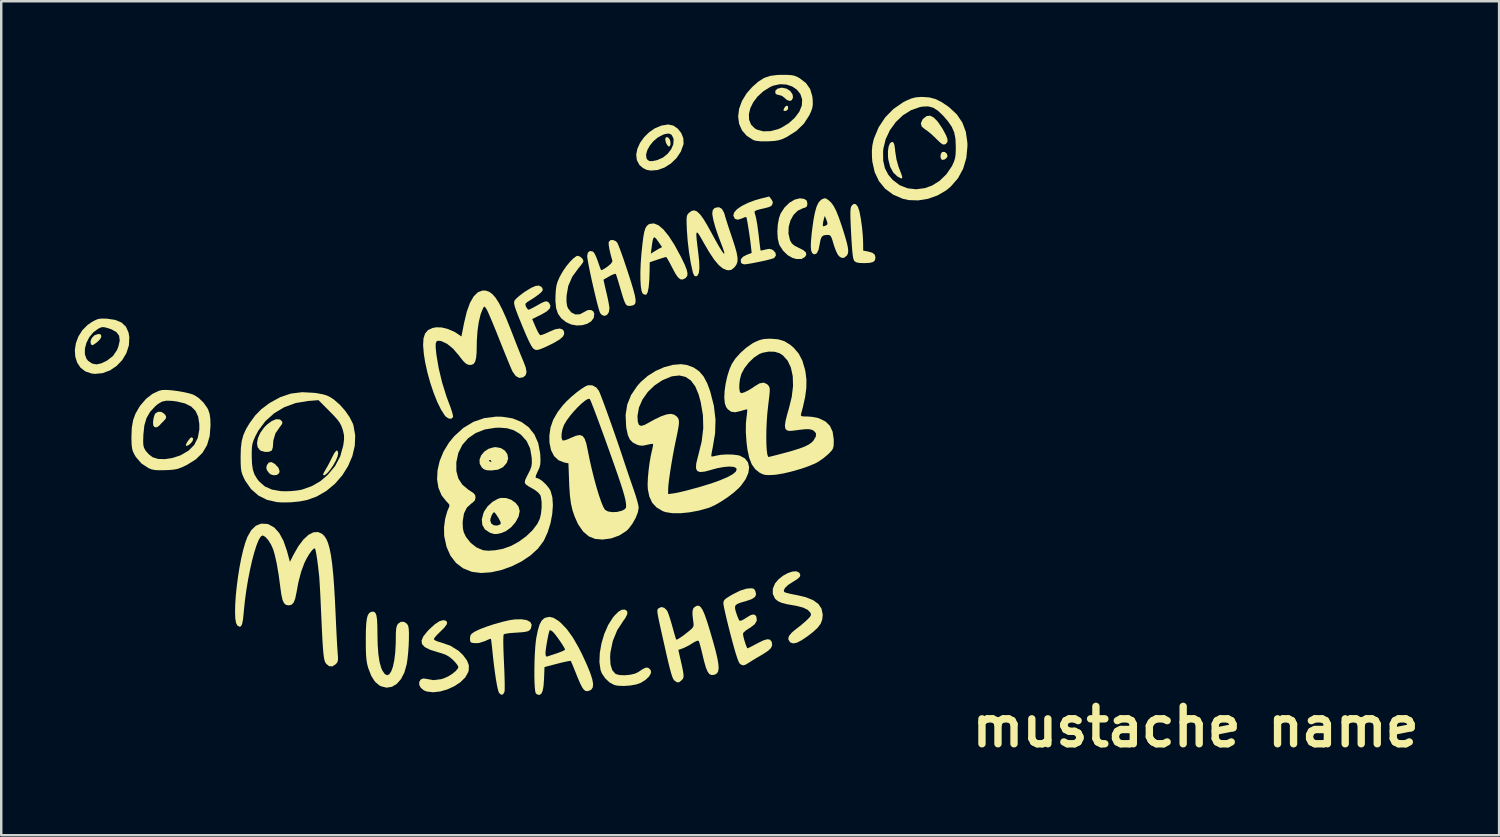
<source format=kicad_pcb>
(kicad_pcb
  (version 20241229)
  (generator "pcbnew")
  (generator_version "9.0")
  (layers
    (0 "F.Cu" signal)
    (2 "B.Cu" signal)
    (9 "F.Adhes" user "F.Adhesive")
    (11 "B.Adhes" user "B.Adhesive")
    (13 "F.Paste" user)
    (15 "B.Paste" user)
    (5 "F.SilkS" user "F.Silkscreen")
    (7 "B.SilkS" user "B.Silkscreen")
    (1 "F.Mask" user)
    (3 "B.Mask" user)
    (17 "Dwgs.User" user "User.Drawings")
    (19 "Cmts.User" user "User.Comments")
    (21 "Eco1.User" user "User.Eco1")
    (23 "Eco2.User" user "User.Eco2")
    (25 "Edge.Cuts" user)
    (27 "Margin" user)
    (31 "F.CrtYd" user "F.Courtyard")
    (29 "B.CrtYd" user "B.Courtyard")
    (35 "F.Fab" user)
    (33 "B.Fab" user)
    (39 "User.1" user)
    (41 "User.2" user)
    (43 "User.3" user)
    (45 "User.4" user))
  (footprint "mustache name"
    (layer "F.Cu")
    (at 45.682 26.575)
    (property "Reference" "mustache name" (at 0 0 0) (layer "F.SilkS") (effects (font (size 1.524 1.524) (thickness 0.3))))
    (attr board_only exclude_from_pos_files exclude_from_bom)
    (fp_poly (pts (xy -16.615 -25.292) (xy -16.609 -25.205) (xy -16.619 -25.173) (xy -16.672 -25.118) (xy -16.746 -25.099) (xy -16.797 -25.124) (xy -16.8 -25.14) (xy -16.773 -25.209) (xy -16.733 -25.273) (xy -16.665 -25.321)) (stroke (width 0) (type solid)) (fill yes) (layer "F.SilkS"))
    (fp_poly (pts (xy -40.865 -11.753) (xy -40.86 -11.732) (xy -40.884 -11.648) (xy -40.963 -11.55) (xy -41.063 -11.473) (xy -41.135 -11.45) (xy -41.161 -11.48) (xy -41.121 -11.574) (xy -41.086 -11.632) (xy -40.986 -11.764) (xy -40.911 -11.805)) (stroke (width 0) (type solid)) (fill yes) (layer "F.SilkS"))
    (fp_poly (pts (xy -10.22 -23.429) (xy -10.141 -23.362) (xy -10.113 -23.266) (xy -10.131 -23.212) (xy -10.218 -23.129) (xy -10.316 -23.108) (xy -10.365 -23.132) (xy -10.399 -23.221) (xy -10.389 -23.335) (xy -10.342 -23.421) (xy -10.321 -23.433)) (stroke (width 0) (type solid)) (fill yes) (layer "F.SilkS"))
    (fp_poly (pts (xy -21.477 -24.002) (xy -21.424 -23.919) (xy -21.402 -23.807) (xy -21.411 -23.705) (xy -21.453 -23.652) (xy -21.464 -23.65) (xy -21.523 -23.692) (xy -21.583 -23.795) (xy -21.589 -23.81) (xy -21.619 -23.945) (xy -21.596 -24.026) (xy -21.531 -24.035)) (stroke (width 0) (type solid)) (fill yes) (layer "F.SilkS"))
    (fp_poly (pts (xy -44.627 -15.993) (xy -44.6 -15.92) (xy -44.641 -15.815) (xy -44.755 -15.694) (xy -44.772 -15.681) (xy -44.894 -15.591) (xy -44.963 -15.557) (xy -45.003 -15.57) (xy -45.027 -15.603) (xy -45.044 -15.714) (xy -44.994 -15.842) (xy -44.895 -15.947) (xy -44.862 -15.967) (xy -44.716 -16.014)) (stroke (width 0) (type solid)) (fill yes) (layer "F.SilkS"))
    (fp_poly (pts (xy -37.522 -10.711) (xy -37.522 -10.71) (xy -37.385 -10.562) (xy -37.336 -10.423) (xy -37.356 -10.339) (xy -37.443 -10.269) (xy -37.572 -10.253) (xy -37.701 -10.29) (xy -37.76 -10.338) (xy -37.852 -10.46) (xy -37.879 -10.557) (xy -37.853 -10.668) (xy -37.852 -10.671) (xy -37.774 -10.775) (xy -37.661 -10.789)) (stroke (width 0) (type solid)) (fill yes) (layer "F.SilkS"))
    (fp_poly (pts (xy -42.152 -12.834) (xy -42.033 -12.759) (xy -41.962 -12.656) (xy -41.971 -12.569) (xy -42.062 -12.463) (xy -42.062 -12.462) (xy -42.167 -12.359) (xy -42.239 -12.278) (xy -42.337 -12.209) (xy -42.432 -12.216) (xy -42.483 -12.277) (xy -42.496 -12.398) (xy -42.477 -12.56) (xy -42.435 -12.709) (xy -42.396 -12.779) (xy -42.287 -12.842)) (stroke (width 0) (type solid)) (fill yes) (layer "F.SilkS"))
    (fp_poly (pts (xy -16.673 -26.013) (xy -16.524 -25.916) (xy -16.43 -25.782) (xy -16.41 -25.653) (xy -16.457 -25.544) (xy -16.549 -25.51) (xy -16.665 -25.555) (xy -16.739 -25.623) (xy -16.861 -25.718) (xy -16.976 -25.75) (xy -17.083 -25.777) (xy -17.132 -25.826) (xy -17.129 -25.931) (xy -17.044 -26.01) (xy -16.895 -26.048) (xy -16.851 -26.05)) (stroke (width 0) (type solid)) (fill yes) (layer "F.SilkS"))
    (fp_poly (pts (xy -34.951 -11.168) (xy -34.95 -11.134) (xy -34.978 -11.005) (xy -35.05 -10.839) (xy -35.152 -10.658) (xy -35.269 -10.487) (xy -35.386 -10.348) (xy -35.486 -10.264) (xy -35.53 -10.25) (xy -35.564 -10.269) (xy -35.546 -10.335) (xy -35.474 -10.463) (xy -35.38 -10.625) (xy -35.273 -10.829) (xy -35.194 -10.99) (xy -35.101 -11.165) (xy -35.026 -11.255) (xy -34.974 -11.257)) (stroke (width 0) (type solid)) (fill yes) (layer "F.SilkS"))
    (fp_poly (pts (xy -12.355 -23.839) (xy -12.31 -23.806) (xy -12.278 -23.717) (xy -12.253 -23.552) (xy -12.244 -23.449) (xy -12.194 -23.13) (xy -12.107 -22.821) (xy -12.081 -22.754) (xy -11.998 -22.543) (xy -11.959 -22.413) (xy -11.966 -22.355) (xy -12.022 -22.36) (xy -12.128 -22.417) (xy -12.158 -22.435) (xy -12.324 -22.593) (xy -12.449 -22.827) (xy -12.525 -23.116) (xy -12.538 -23.229) (xy -12.541 -23.467) (xy -12.512 -23.659) (xy -12.456 -23.789) (xy -12.378 -23.841)) (stroke (width 0) (type solid)) (fill yes) (layer "F.SilkS"))
    (fp_poly (pts (xy -37.335 -12.53) (xy -37.308 -12.516) (xy -37.227 -12.44) (xy -37.23 -12.351) (xy -37.317 -12.231) (xy -37.329 -12.218) (xy -37.507 -11.96) (xy -37.592 -11.666) (xy -37.6 -11.537) (xy -37.613 -11.389) (xy -37.646 -11.28) (xy -37.66 -11.26) (xy -37.77 -11.21) (xy -37.924 -11.206) (xy -38.078 -11.244) (xy -38.139 -11.278) (xy -38.232 -11.399) (xy -38.256 -11.57) (xy -38.218 -11.772) (xy -38.12 -11.988) (xy -37.969 -12.198) (xy -37.855 -12.315) (xy -37.656 -12.464) (xy -37.478 -12.538)) (stroke (width 0) (type solid)) (fill yes) (layer "F.SilkS"))
    (fp_poly (pts (xy -10.677 -24.838) (xy -10.517 -24.674) (xy -10.34 -24.417) (xy -10.295 -24.341) (xy -10.174 -24.116) (xy -10.114 -23.954) (xy -10.115 -23.842) (xy -10.172 -23.767) (xy -10.202 -23.749) (xy -10.261 -23.731) (xy -10.326 -23.749) (xy -10.416 -23.817) (xy -10.549 -23.945) (xy -10.589 -23.985) (xy -10.747 -24.135) (xy -10.902 -24.266) (xy -11.024 -24.352) (xy -11.037 -24.36) (xy -11.166 -24.468) (xy -11.199 -24.6) (xy -11.135 -24.747) (xy -11.098 -24.791) (xy -10.963 -24.894) (xy -10.824 -24.91)) (stroke (width 0) (type solid)) (fill yes) (layer "F.SilkS"))
    (fp_poly (pts (xy -28.315 -11.361) (xy -28.154 -11.259) (xy -28.052 -11.111) (xy -28.021 -10.939) (xy -28.076 -10.761) (xy -28.077 -10.76) (xy -28.228 -10.585) (xy -28.435 -10.483) (xy -28.71 -10.45) (xy -28.711 -10.45) (xy -28.889 -10.459) (xy -29.004 -10.495) (xy -29.091 -10.566) (xy -29.18 -10.722) (xy -29.185 -10.853) (xy -28.8 -10.853) (xy -28.764 -10.802) (xy -28.75 -10.8) (xy -28.701 -10.817) (xy -28.7 -10.822) (xy -28.735 -10.865) (xy -28.75 -10.875) (xy -28.796 -10.871) (xy -28.8 -10.853) (xy -29.185 -10.853) (xy -29.186 -10.894) (xy -29.121 -11.064) (xy -28.996 -11.215) (xy -28.823 -11.331) (xy -28.614 -11.393) (xy -28.52 -11.4)) (stroke (width 0) (type solid)) (fill yes) (layer "F.SilkS"))
    (fp_poly (pts (xy -13.847 -21.3) (xy -13.768 -21.197) (xy -13.704 -21.014) (xy -13.704 -21.014) (xy -13.645 -20.708) (xy -13.596 -20.353) (xy -13.563 -19.998) (xy -13.552 -19.718) (xy -13.55 -19.411) (xy -13.363 -19.376) (xy -13.18 -19.325) (xy -13.081 -19.248) (xy -13.05 -19.134) (xy -13.05 -19.129) (xy -13.071 -19.016) (xy -13.146 -18.946) (xy -13.289 -18.91) (xy -13.502 -18.9) (xy -13.703 -18.907) (xy -13.83 -18.933) (xy -13.905 -18.982) (xy -13.911 -18.988) (xy -13.939 -19.043) (xy -13.964 -19.145) (xy -13.986 -19.306) (xy -14.006 -19.537) (xy -14.027 -19.848) (xy -14.041 -20.1) (xy -14.058 -20.453) (xy -14.069 -20.721) (xy -14.072 -20.916) (xy -14.068 -21.054) (xy -14.057 -21.147) (xy -14.037 -21.209) (xy -14.021 -21.238) (xy -13.935 -21.316)) (stroke (width 0) (type solid)) (fill yes) (layer "F.SilkS"))
    (fp_poly (pts (xy -15.96 -21.52) (xy -15.858 -21.458) (xy -15.825 -21.35) (xy -15.825 -21.326) (xy -15.838 -21.225) (xy -15.897 -21.17) (xy -16.011 -21.135) (xy -16.219 -21.037) (xy -16.39 -20.865) (xy -16.515 -20.639) (xy -16.586 -20.379) (xy -16.596 -20.107) (xy -16.535 -19.843) (xy -16.527 -19.821) (xy -16.458 -19.704) (xy -16.35 -19.612) (xy -16.175 -19.523) (xy -15.983 -19.424) (xy -15.883 -19.333) (xy -15.868 -19.242) (xy -15.927 -19.148) (xy -16.066 -19.068) (xy -16.264 -19.067) (xy -16.425 -19.11) (xy -16.628 -19.224) (xy -16.815 -19.407) (xy -16.956 -19.625) (xy -16.981 -19.683) (xy -17.032 -19.904) (xy -17.048 -20.18) (xy -17.03 -20.47) (xy -16.981 -20.738) (xy -16.913 -20.928) (xy -16.753 -21.17) (xy -16.558 -21.36) (xy -16.345 -21.488) (xy -16.132 -21.542)) (stroke (width 0) (type solid)) (fill yes) (layer "F.SilkS"))
    (fp_poly (pts (xy -28.111 -9.328) (xy -27.904 -9.259) (xy -27.726 -9.138) (xy -27.6 -8.98) (xy -27.55 -8.802) (xy -27.55 -8.794) (xy -27.594 -8.574) (xy -27.714 -8.349) (xy -27.889 -8.144) (xy -28.099 -7.985) (xy -28.286 -7.903) (xy -28.461 -7.862) (xy -28.59 -7.86) (xy -28.721 -7.897) (xy -28.781 -7.922) (xy -28.968 -8.049) (xy -29.073 -8.229) (xy -29.09 -8.408) (xy -28.75 -8.408) (xy -28.708 -8.287) (xy -28.604 -8.215) (xy -28.467 -8.203) (xy -28.355 -8.246) (xy -28.322 -8.287) (xy -28.335 -8.359) (xy -28.399 -8.485) (xy -28.42 -8.52) (xy -28.502 -8.649) (xy -28.568 -8.732) (xy -28.594 -8.75) (xy -28.644 -8.708) (xy -28.698 -8.607) (xy -28.739 -8.487) (xy -28.75 -8.408) (xy -29.09 -8.408) (xy -29.094 -8.451) (xy -29.029 -8.708) (xy -28.993 -8.789) (xy -28.852 -8.995) (xy -28.655 -9.173) (xy -28.436 -9.295) (xy -28.323 -9.329)) (stroke (width 0) (type solid)) (fill yes) (layer "F.SilkS"))
    (fp_poly (pts (xy -25.084 -19.163) (xy -24.99 -19.077) (xy -24.95 -18.982) (xy -24.981 -18.914) (xy -25.063 -18.802) (xy -25.144 -18.707) (xy -25.404 -18.352) (xy -25.571 -17.969) (xy -25.64 -17.57) (xy -25.643 -17.331) (xy -25.619 -17.161) (xy -25.58 -17.059) (xy -25.447 -16.89) (xy -25.28 -16.808) (xy -25.096 -16.816) (xy -24.932 -16.903) (xy -24.782 -16.984) (xy -24.645 -16.992) (xy -24.546 -16.931) (xy -24.509 -16.833) (xy -24.533 -16.665) (xy -24.636 -16.528) (xy -24.798 -16.428) (xy -25.001 -16.37) (xy -25.226 -16.359) (xy -25.455 -16.401) (xy -25.658 -16.494) (xy -25.855 -16.65) (xy -25.988 -16.835) (xy -26.066 -17.067) (xy -26.094 -17.363) (xy -26.091 -17.572) (xy -26.076 -17.812) (xy -26.051 -17.991) (xy -26.005 -18.146) (xy -25.931 -18.315) (xy -25.898 -18.381) (xy -25.782 -18.583) (xy -25.642 -18.783) (xy -25.494 -18.962) (xy -25.354 -19.102) (xy -25.238 -19.185) (xy -25.188 -19.2)) (stroke (width 0) (type solid)) (fill yes) (layer "F.SilkS"))
    (fp_poly (pts (xy -23.248 -4.774) (xy -23.165 -4.708) (xy -23.165 -4.592) (xy -23.246 -4.431) (xy -23.319 -4.333) (xy -23.575 -3.941) (xy -23.756 -3.499) (xy -23.852 -3.03) (xy -23.865 -2.839) (xy -23.847 -2.535) (xy -23.777 -2.31) (xy -23.655 -2.168) (xy -23.626 -2.151) (xy -23.48 -2.111) (xy -23.278 -2.102) (xy -23.059 -2.122) (xy -22.86 -2.166) (xy -22.726 -2.227) (xy -22.555 -2.342) (xy -22.44 -2.402) (xy -22.359 -2.417) (xy -22.291 -2.395) (xy -22.204 -2.306) (xy -22.201 -2.188) (xy -22.275 -2.054) (xy -22.42 -1.916) (xy -22.619 -1.791) (xy -22.804 -1.727) (xy -23.047 -1.684) (xy -23.309 -1.666) (xy -23.548 -1.676) (xy -23.687 -1.703) (xy -23.882 -1.806) (xy -24.063 -1.975) (xy -24.202 -2.18) (xy -24.254 -2.312) (xy -24.301 -2.636) (xy -24.286 -3.008) (xy -24.217 -3.402) (xy -24.101 -3.792) (xy -23.943 -4.152) (xy -23.75 -4.457) (xy -23.693 -4.526) (xy -23.528 -4.691) (xy -23.39 -4.773) (xy -23.267 -4.779)) (stroke (width 0) (type solid)) (fill yes) (layer "F.SilkS"))
    (fp_poly (pts (xy -21.284 -24.504) (xy -21.106 -24.38) (xy -20.966 -24.203) (xy -20.882 -23.993) (xy -20.871 -23.775) (xy -20.877 -23.737) (xy -20.983 -23.444) (xy -21.159 -23.181) (xy -21.387 -22.961) (xy -21.65 -22.795) (xy -21.931 -22.695) (xy -22.214 -22.673) (xy -22.383 -22.704) (xy -22.522 -22.775) (xy -22.655 -22.887) (xy -22.671 -22.904) (xy -22.776 -23.1) (xy -22.801 -23.324) (xy -22.8 -23.328) (xy -22.399 -23.328) (xy -22.385 -23.179) (xy -22.34 -23.11) (xy -22.264 -23.062) (xy -22.156 -23.056) (xy -21.988 -23.089) (xy -21.934 -23.104) (xy -21.712 -23.202) (xy -21.521 -23.355) (xy -21.375 -23.543) (xy -21.289 -23.745) (xy -21.276 -23.94) (xy -21.295 -24.014) (xy -21.366 -24.136) (xy -21.468 -24.184) (xy -21.619 -24.164) (xy -21.724 -24.128) (xy -21.922 -24.021) (xy -22.1 -23.87) (xy -22.246 -23.692) (xy -22.349 -23.505) (xy -22.399 -23.328) (xy -22.8 -23.328) (xy -22.753 -23.563) (xy -22.644 -23.803) (xy -22.482 -24.03) (xy -22.278 -24.232) (xy -22.041 -24.395) (xy -21.781 -24.505) (xy -21.507 -24.55) (xy -21.483 -24.55)) (stroke (width 0) (type solid)) (fill yes) (layer "F.SilkS"))
    (fp_poly (pts (xy -44.386 -16.637) (xy -44.368 -16.636) (xy -44.034 -16.586) (xy -43.779 -16.479) (xy -43.6 -16.31) (xy -43.494 -16.077) (xy -43.461 -15.882) (xy -43.479 -15.549) (xy -43.579 -15.235) (xy -43.749 -14.951) (xy -43.976 -14.712) (xy -44.246 -14.53) (xy -44.546 -14.417) (xy -44.864 -14.386) (xy -45 -14.401) (xy -45.255 -14.487) (xy -45.451 -14.64) (xy -45.587 -14.846) (xy -45.664 -15.089) (xy -45.671 -15.195) (xy -45.274 -15.195) (xy -45.21 -15.005) (xy -45.137 -14.914) (xy -44.973 -14.805) (xy -44.798 -14.772) (xy -44.594 -14.818) (xy -44.366 -14.93) (xy -44.128 -15.114) (xy -43.964 -15.356) (xy -43.908 -15.495) (xy -43.852 -15.745) (xy -43.877 -15.94) (xy -43.988 -16.089) (xy -44.19 -16.202) (xy -44.279 -16.233) (xy -44.439 -16.28) (xy -44.542 -16.295) (xy -44.628 -16.276) (xy -44.73 -16.226) (xy -44.933 -16.076) (xy -45.095 -15.878) (xy -45.21 -15.651) (xy -45.271 -15.417) (xy -45.274 -15.195) (xy -45.671 -15.195) (xy -45.682 -15.356) (xy -45.64 -15.633) (xy -45.54 -15.905) (xy -45.38 -16.16) (xy -45.161 -16.382) (xy -44.988 -16.501) (xy -44.838 -16.583) (xy -44.715 -16.627) (xy -44.578 -16.642)) (stroke (width 0) (type solid)) (fill yes) (layer "F.SilkS"))
    (fp_poly (pts (xy -30.575 -4.332) (xy -30.508 -4.274) (xy -30.523 -4.178) (xy -30.623 -4.042) (xy -30.775 -3.891) (xy -30.908 -3.761) (xy -31.006 -3.65) (xy -31.049 -3.58) (xy -31.05 -3.575) (xy -31.005 -3.527) (xy -30.886 -3.476) (xy -30.788 -3.448) (xy -30.38 -3.309) (xy -30.043 -3.1) (xy -29.86 -2.924) (xy -29.699 -2.707) (xy -29.623 -2.511) (xy -29.626 -2.315) (xy -29.649 -2.228) (xy -29.766 -2.017) (xy -29.961 -1.824) (xy -30.211 -1.658) (xy -30.495 -1.527) (xy -30.792 -1.441) (xy -31.078 -1.409) (xy -31.334 -1.439) (xy -31.45 -1.484) (xy -31.581 -1.588) (xy -31.644 -1.711) (xy -31.644 -1.831) (xy -31.587 -1.926) (xy -31.48 -1.973) (xy -31.327 -1.951) (xy -31.325 -1.95) (xy -31.064 -1.903) (xy -30.763 -1.941) (xy -30.644 -1.976) (xy -30.469 -2.054) (xy -30.298 -2.16) (xy -30.157 -2.276) (xy -30.068 -2.382) (xy -30.05 -2.437) (xy -30.084 -2.513) (xy -30.173 -2.626) (xy -30.268 -2.726) (xy -30.402 -2.841) (xy -30.54 -2.925) (xy -30.716 -2.993) (xy -30.906 -3.048) (xy -31.211 -3.145) (xy -31.419 -3.252) (xy -31.531 -3.373) (xy -31.55 -3.516) (xy -31.477 -3.687) (xy -31.315 -3.891) (xy -31.232 -3.977) (xy -31.008 -4.182) (xy -30.824 -4.304) (xy -30.672 -4.347)) (stroke (width 0) (type solid)) (fill yes) (layer "F.SilkS"))
    (fp_poly (pts (xy -16.162 -6.289) (xy -16.155 -6.281) (xy -16.111 -6.196) (xy -16.135 -6.114) (xy -16.236 -6.021) (xy -16.418 -5.908) (xy -16.61 -5.783) (xy -16.736 -5.663) (xy -16.787 -5.56) (xy -16.765 -5.495) (xy -16.699 -5.468) (xy -16.559 -5.431) (xy -16.371 -5.391) (xy -16.282 -5.375) (xy -15.889 -5.284) (xy -15.587 -5.162) (xy -15.375 -5.006) (xy -15.247 -4.814) (xy -15.201 -4.584) (xy -15.2 -4.559) (xy -15.219 -4.372) (xy -15.281 -4.207) (xy -15.4 -4.045) (xy -15.587 -3.871) (xy -15.808 -3.7) (xy -16.058 -3.53) (xy -16.251 -3.431) (xy -16.397 -3.4) (xy -16.507 -3.433) (xy -16.54 -3.46) (xy -16.604 -3.573) (xy -16.578 -3.698) (xy -16.46 -3.842) (xy -16.315 -3.963) (xy -16.134 -4.104) (xy -15.954 -4.254) (xy -15.837 -4.36) (xy -15.725 -4.475) (xy -15.679 -4.553) (xy -15.686 -4.62) (xy -15.698 -4.647) (xy -15.808 -4.767) (xy -15.998 -4.86) (xy -16.276 -4.932) (xy -16.381 -4.95) (xy -16.668 -5.001) (xy -16.875 -5.055) (xy -17.019 -5.12) (xy -17.121 -5.202) (xy -17.149 -5.235) (xy -17.235 -5.421) (xy -17.233 -5.63) (xy -17.144 -5.843) (xy -17.136 -5.854) (xy -16.994 -6.02) (xy -16.815 -6.16) (xy -16.622 -6.266) (xy -16.435 -6.329) (xy -16.275 -6.34)) (stroke (width 0) (type solid)) (fill yes) (layer "F.SilkS"))
    (fp_poly (pts (xy -33.495 -4.692) (xy -33.433 -4.646) (xy -33.391 -4.544) (xy -33.365 -4.374) (xy -33.352 -4.125) (xy -33.349 -3.853) (xy -33.339 -3.36) (xy -33.31 -2.957) (xy -33.261 -2.637) (xy -33.19 -2.391) (xy -33.149 -2.298) (xy -33.051 -2.154) (xy -32.956 -2.104) (xy -32.867 -2.141) (xy -32.787 -2.259) (xy -32.717 -2.452) (xy -32.661 -2.713) (xy -32.622 -3.036) (xy -32.602 -3.415) (xy -32.6 -3.582) (xy -32.597 -3.827) (xy -32.585 -3.994) (xy -32.561 -4.106) (xy -32.523 -4.183) (xy -32.508 -4.202) (xy -32.391 -4.282) (xy -32.26 -4.279) (xy -32.144 -4.199) (xy -32.093 -4.111) (xy -32.073 -3.999) (xy -32.064 -3.811) (xy -32.066 -3.57) (xy -32.076 -3.3) (xy -32.096 -3.024) (xy -32.123 -2.766) (xy -32.156 -2.548) (xy -32.156 -2.547) (xy -32.25 -2.214) (xy -32.388 -1.946) (xy -32.561 -1.749) (xy -32.76 -1.631) (xy -32.977 -1.597) (xy -33.203 -1.654) (xy -33.28 -1.695) (xy -33.453 -1.846) (xy -33.598 -2.074) (xy -33.721 -2.39) (xy -33.732 -2.425) (xy -33.769 -2.569) (xy -33.795 -2.731) (xy -33.812 -2.932) (xy -33.821 -3.191) (xy -33.823 -3.528) (xy -33.823 -3.55) (xy -33.819 -3.922) (xy -33.805 -4.207) (xy -33.779 -4.414) (xy -33.738 -4.555) (xy -33.68 -4.642) (xy -33.603 -4.686) (xy -33.578 -4.692)) (stroke (width 0) (type solid)) (fill yes) (layer "F.SilkS"))
    (fp_poly (pts (xy -27.262 -4.35) (xy -27.12 -4.274) (xy -27.061 -4.163) (xy -27.09 -4.02) (xy -27.099 -4.002) (xy -27.141 -3.943) (xy -27.207 -3.901) (xy -27.315 -3.873) (xy -27.483 -3.853) (xy -27.731 -3.837) (xy -27.765 -3.835) (xy -27.956 -3.82) (xy -28.108 -3.798) (xy -28.194 -3.774) (xy -28.201 -3.769) (xy -28.213 -3.705) (xy -28.219 -3.552) (xy -28.217 -3.32) (xy -28.208 -3.02) (xy -28.193 -2.662) (xy -28.192 -2.641) (xy -28.177 -2.314) (xy -28.167 -2.015) (xy -28.161 -1.76) (xy -28.161 -1.565) (xy -28.166 -1.448) (xy -28.17 -1.429) (xy -28.227 -1.325) (xy -28.309 -1.308) (xy -28.391 -1.384) (xy -28.397 -1.395) (xy -28.433 -1.501) (xy -28.475 -1.691) (xy -28.52 -1.948) (xy -28.565 -2.255) (xy -28.609 -2.597) (xy -28.649 -2.957) (xy -28.653 -3) (xy -28.676 -3.228) (xy -28.698 -3.416) (xy -28.715 -3.544) (xy -28.725 -3.591) (xy -28.774 -3.58) (xy -28.882 -3.534) (xy -28.948 -3.501) (xy -29.216 -3.415) (xy -29.366 -3.41) (xy -29.498 -3.425) (xy -29.558 -3.461) (xy -29.574 -3.543) (xy -29.575 -3.598) (xy -29.562 -3.715) (xy -29.508 -3.796) (xy -29.388 -3.877) (xy -29.375 -3.884) (xy -29.167 -3.982) (xy -28.892 -4.087) (xy -28.58 -4.189) (xy -28.265 -4.278) (xy -27.976 -4.345) (xy -27.763 -4.378) (xy -27.478 -4.385)) (stroke (width 0) (type solid)) (fill yes) (layer "F.SilkS"))
    (fp_poly (pts (xy -21.894 -20.444) (xy -21.692 -20.272) (xy -21.474 -20.004) (xy -21.239 -19.638) (xy -20.987 -19.174) (xy -20.956 -19.113) (xy -20.824 -18.838) (xy -20.743 -18.633) (xy -20.71 -18.484) (xy -20.722 -18.379) (xy -20.778 -18.303) (xy -20.803 -18.283) (xy -20.908 -18.232) (xy -21.002 -18.242) (xy -21.099 -18.322) (xy -21.207 -18.479) (xy -21.328 -18.707) (xy -21.426 -18.894) (xy -21.508 -19.042) (xy -21.566 -19.132) (xy -21.584 -19.15) (xy -21.646 -19.135) (xy -21.773 -19.096) (xy -21.934 -19.043) (xy -22.25 -18.937) (xy -22.255 -18.581) (xy -22.268 -18.201) (xy -22.294 -17.913) (xy -22.332 -17.719) (xy -22.383 -17.622) (xy -22.405 -17.611) (xy -22.502 -17.632) (xy -22.541 -17.664) (xy -22.584 -17.771) (xy -22.614 -17.963) (xy -22.629 -18.224) (xy -22.631 -18.54) (xy -22.617 -18.896) (xy -22.589 -19.278) (xy -22.589 -19.285) (xy -22.205 -19.285) (xy -22.09 -19.36) (xy -21.955 -19.442) (xy -21.862 -19.494) (xy -21.748 -19.554) (xy -21.907 -19.786) (xy -21.995 -19.904) (xy -22.055 -19.954) (xy -22.098 -19.929) (xy -22.131 -19.82) (xy -22.162 -19.621) (xy -22.171 -19.555) (xy -22.205 -19.285) (xy -22.589 -19.285) (xy -22.582 -19.35) (xy -22.544 -19.709) (xy -22.508 -19.981) (xy -22.471 -20.18) (xy -22.427 -20.319) (xy -22.374 -20.411) (xy -22.308 -20.471) (xy -22.252 -20.499) (xy -22.081 -20.519)) (stroke (width 0) (type solid)) (fill yes) (layer "F.SilkS"))
    (fp_poly (pts (xy -15.061 -21.532) (xy -14.965 -21.469) (xy -14.856 -21.369) (xy -14.755 -21.231) (xy -14.656 -21.042) (xy -14.552 -20.786) (xy -14.435 -20.451) (xy -14.396 -20.33) (xy -14.289 -19.989) (xy -14.215 -19.728) (xy -14.173 -19.534) (xy -14.159 -19.394) (xy -14.172 -19.293) (xy -14.21 -19.218) (xy -14.226 -19.199) (xy -14.335 -19.114) (xy -14.441 -19.12) (xy -14.54 -19.188) (xy -14.601 -19.276) (xy -14.673 -19.432) (xy -14.741 -19.624) (xy -14.753 -19.663) (xy -14.81 -19.854) (xy -14.854 -19.969) (xy -14.898 -20.027) (xy -14.957 -20.048) (xy -15.026 -20.05) (xy -15.155 -20.034) (xy -15.238 -19.975) (xy -15.29 -19.852) (xy -15.324 -19.666) (xy -15.371 -19.44) (xy -15.441 -19.302) (xy -15.529 -19.257) (xy -15.566 -19.265) (xy -15.629 -19.313) (xy -15.669 -19.406) (xy -15.685 -19.557) (xy -15.679 -19.777) (xy -15.652 -20.078) (xy -15.63 -20.263) (xy -15.604 -20.453) (xy -15.196 -20.453) (xy -15.183 -20.401) (xy -15.179 -20.4) (xy -15.12 -20.416) (xy -15.079 -20.43) (xy -15.017 -20.468) (xy -15.006 -20.532) (xy -15.044 -20.651) (xy -15.057 -20.684) (xy -15.114 -20.825) (xy -15.152 -20.7) (xy -15.184 -20.564) (xy -15.196 -20.453) (xy -15.604 -20.453) (xy -15.575 -20.662) (xy -15.515 -20.972) (xy -15.449 -21.203) (xy -15.372 -21.365) (xy -15.281 -21.469) (xy -15.239 -21.498) (xy -15.139 -21.543)) (stroke (width 0) (type solid)) (fill yes) (layer "F.SilkS"))
    (fp_poly (pts (xy -17.293 -21.503) (xy -17.232 -21.394) (xy -17.251 -21.299) (xy -17.282 -21.249) (xy -17.327 -21.213) (xy -17.407 -21.181) (xy -17.543 -21.144) (xy -17.741 -21.099) (xy -17.897 -21.056) (xy -17.97 -21.015) (xy -17.978 -20.964) (xy -17.976 -20.961) (xy -17.921 -20.764) (xy -17.866 -20.469) (xy -17.814 -20.079) (xy -17.799 -19.95) (xy -17.775 -19.734) (xy -17.753 -19.559) (xy -17.738 -19.446) (xy -17.731 -19.414) (xy -17.68 -19.419) (xy -17.569 -19.444) (xy -17.531 -19.455) (xy -17.384 -19.482) (xy -17.275 -19.458) (xy -17.221 -19.427) (xy -17.125 -19.324) (xy -17.107 -19.211) (xy -17.17 -19.118) (xy -17.192 -19.104) (xy -17.281 -19.073) (xy -17.441 -19.031) (xy -17.647 -18.983) (xy -17.872 -18.936) (xy -18.088 -18.894) (xy -18.268 -18.864) (xy -18.387 -18.85) (xy -18.397 -18.85) (xy -18.495 -18.881) (xy -18.532 -18.925) (xy -18.538 -19.052) (xy -18.449 -19.159) (xy -18.298 -19.238) (xy -18.095 -19.317) (xy -18.126 -19.596) (xy -18.152 -19.806) (xy -18.184 -20.039) (xy -18.219 -20.272) (xy -18.253 -20.484) (xy -18.283 -20.653) (xy -18.306 -20.758) (xy -18.314 -20.78) (xy -18.367 -20.774) (xy -18.472 -20.731) (xy -18.499 -20.718) (xy -18.661 -20.67) (xy -18.776 -20.705) (xy -18.838 -20.823) (xy -18.841 -20.842) (xy -18.811 -20.964) (xy -18.695 -21.095) (xy -18.505 -21.227) (xy -18.253 -21.353) (xy -17.954 -21.465) (xy -17.726 -21.53) (xy -17.384 -21.616)) (stroke (width 0) (type solid)) (fill yes) (layer "F.SilkS"))
    (fp_poly (pts (xy -16.619 -26.572) (xy -16.457 -26.56) (xy -16.335 -26.532) (xy -16.222 -26.483) (xy -16.136 -26.435) (xy -15.881 -26.238) (xy -15.712 -25.997) (xy -15.623 -25.699) (xy -15.609 -25.567) (xy -15.603 -25.379) (xy -15.622 -25.231) (xy -15.675 -25.078) (xy -15.746 -24.926) (xy -15.969 -24.581) (xy -16.275 -24.287) (xy -16.669 -24.039) (xy -16.675 -24.036) (xy -16.844 -23.957) (xy -16.996 -23.908) (xy -17.171 -23.88) (xy -17.405 -23.866) (xy -17.425 -23.865) (xy -17.722 -23.864) (xy -17.93 -23.887) (xy -18.025 -23.917) (xy -18.296 -24.088) (xy -18.49 -24.312) (xy -18.607 -24.578) (xy -18.646 -24.873) (xy -18.635 -24.968) (xy -18.209 -24.968) (xy -18.199 -24.742) (xy -18.12 -24.546) (xy -17.966 -24.391) (xy -17.879 -24.342) (xy -17.62 -24.272) (xy -17.324 -24.28) (xy -17.011 -24.363) (xy -16.882 -24.42) (xy -16.585 -24.602) (xy -16.337 -24.826) (xy -16.152 -25.074) (xy -16.05 -25.326) (xy -16.038 -25.573) (xy -16.109 -25.79) (xy -16.25 -25.969) (xy -16.444 -26.101) (xy -16.679 -26.179) (xy -16.939 -26.193) (xy -17.21 -26.136) (xy -17.341 -26.08) (xy -17.623 -25.903) (xy -17.855 -25.69) (xy -18.032 -25.455) (xy -18.152 -25.21) (xy -18.209 -24.968) (xy -18.635 -24.968) (xy -18.608 -25.187) (xy -18.492 -25.507) (xy -18.299 -25.824) (xy -18.074 -26.078) (xy -17.823 -26.3) (xy -17.589 -26.447) (xy -17.339 -26.533) (xy -17.042 -26.57) (xy -16.85 -26.575)) (stroke (width 0) (type solid)) (fill yes) (layer "F.SilkS"))
    (fp_poly (pts (xy -26.663 -17.929) (xy -26.63 -17.885) (xy -26.607 -17.814) (xy -26.645 -17.742) (xy -26.732 -17.66) (xy -26.873 -17.552) (xy -27.046 -17.435) (xy -27.12 -17.39) (xy -27.251 -17.307) (xy -27.311 -17.249) (xy -27.316 -17.189) (xy -27.292 -17.127) (xy -27.235 -17.034) (xy -27.188 -17) (xy -27.124 -17.024) (xy -27.002 -17.086) (xy -26.846 -17.173) (xy -26.843 -17.175) (xy -26.653 -17.281) (xy -26.524 -17.335) (xy -26.438 -17.34) (xy -26.373 -17.301) (xy -26.352 -17.278) (xy -26.296 -17.164) (xy -26.324 -17.053) (xy -26.44 -16.938) (xy -26.651 -16.814) (xy -26.682 -16.798) (xy -27.04 -16.621) (xy -26.904 -16.301) (xy -26.829 -16.139) (xy -26.761 -16.017) (xy -26.714 -15.963) (xy -26.713 -15.963) (xy -26.644 -15.975) (xy -26.514 -16.024) (xy -26.352 -16.099) (xy -26.35 -16.1) (xy -26.1 -16.205) (xy -25.914 -16.235) (xy -25.792 -16.19) (xy -25.747 -16.118) (xy -25.736 -16.011) (xy -25.79 -15.905) (xy -25.917 -15.793) (xy -26.127 -15.666) (xy -26.315 -15.57) (xy -26.555 -15.457) (xy -26.725 -15.388) (xy -26.842 -15.36) (xy -26.925 -15.37) (xy -26.99 -15.414) (xy -27.014 -15.438) (xy -27.081 -15.537) (xy -27.172 -15.714) (xy -27.291 -15.974) (xy -27.437 -16.321) (xy -27.598 -16.715) (xy -27.692 -16.96) (xy -27.75 -17.131) (xy -27.776 -17.248) (xy -27.774 -17.33) (xy -27.761 -17.372) (xy -27.697 -17.45) (xy -27.57 -17.562) (xy -27.404 -17.689) (xy -27.321 -17.746) (xy -27.079 -17.895) (xy -26.895 -17.973) (xy -26.76 -17.984)) (stroke (width 0) (type solid)) (fill yes) (layer "F.SilkS"))
    (fp_poly (pts (xy -19.309 -21.113) (xy -19.22 -20.955) (xy -19.199 -20.887) (xy -19.164 -20.765) (xy -19.104 -20.571) (xy -19.025 -20.328) (xy -18.935 -20.058) (xy -18.892 -19.931) (xy -18.781 -19.592) (xy -18.708 -19.33) (xy -18.672 -19.13) (xy -18.672 -18.978) (xy -18.708 -18.857) (xy -18.777 -18.753) (xy -18.819 -18.709) (xy -18.925 -18.626) (xy -19.038 -18.609) (xy -19.118 -18.62) (xy -19.273 -18.685) (xy -19.441 -18.825) (xy -19.625 -19.045) (xy -19.829 -19.352) (xy -20.032 -19.699) (xy -20.155 -19.918) (xy -20.245 -20.068) (xy -20.306 -20.144) (xy -20.341 -20.142) (xy -20.351 -20.058) (xy -20.34 -19.887) (xy -20.31 -19.625) (xy -20.272 -19.322) (xy -20.234 -18.96) (xy -20.226 -18.688) (xy -20.249 -18.501) (xy -20.302 -18.393) (xy -20.363 -18.359) (xy -20.43 -18.384) (xy -20.483 -18.493) (xy -20.495 -18.534) (xy -20.579 -18.914) (xy -20.651 -19.356) (xy -20.705 -19.821) (xy -20.735 -20.231) (xy -20.746 -20.487) (xy -20.749 -20.664) (xy -20.742 -20.78) (xy -20.723 -20.855) (xy -20.689 -20.909) (xy -20.657 -20.943) (xy -20.546 -21.028) (xy -20.437 -21.051) (xy -20.323 -21.007) (xy -20.198 -20.889) (xy -20.055 -20.693) (xy -19.887 -20.412) (xy -19.77 -20.2) (xy -19.58 -19.85) (xy -19.428 -19.582) (xy -19.314 -19.398) (xy -19.241 -19.297) (xy -19.208 -19.282) (xy -19.217 -19.353) (xy -19.268 -19.511) (xy -19.344 -19.711) (xy -19.477 -20.064) (xy -19.583 -20.385) (xy -19.657 -20.657) (xy -19.696 -20.865) (xy -19.7 -20.931) (xy -19.68 -21.066) (xy -19.609 -21.142) (xy -19.581 -21.156) (xy -19.432 -21.181)) (stroke (width 0) (type solid)) (fill yes) (layer "F.SilkS"))
    (fp_poly (pts (xy -10.853 -25.654) (xy -10.608 -25.59) (xy -10.363 -25.47) (xy -10.087 -25.284) (xy -10.052 -25.258) (xy -9.736 -24.966) (xy -9.508 -24.631) (xy -9.365 -24.247) (xy -9.303 -23.809) (xy -9.3 -23.678) (xy -9.344 -23.192) (xy -9.475 -22.749) (xy -9.688 -22.356) (xy -9.982 -22.019) (xy -10.164 -21.868) (xy -10.517 -21.661) (xy -10.906 -21.522) (xy -11.308 -21.457) (xy -11.698 -21.47) (xy -11.936 -21.523) (xy -12.33 -21.693) (xy -12.654 -21.933) (xy -12.906 -22.24) (xy -13.081 -22.608) (xy -13.176 -23.033) (xy -13.191 -23.209) (xy -13.195 -23.444) (xy -12.739 -23.444) (xy -12.734 -23.076) (xy -12.666 -22.77) (xy -12.527 -22.504) (xy -12.348 -22.294) (xy -12.067 -22.079) (xy -11.744 -21.951) (xy -11.395 -21.91) (xy -11.031 -21.958) (xy -10.743 -22.062) (xy -10.436 -22.253) (xy -10.161 -22.52) (xy -9.943 -22.837) (xy -9.911 -22.899) (xy -9.845 -23.047) (xy -9.804 -23.182) (xy -9.783 -23.338) (xy -9.776 -23.548) (xy -9.775 -23.65) (xy -9.789 -23.965) (xy -9.838 -24.222) (xy -9.936 -24.45) (xy -10.093 -24.681) (xy -10.286 -24.904) (xy -10.502 -25.111) (xy -10.699 -25.236) (xy -10.902 -25.289) (xy -11.136 -25.279) (xy -11.236 -25.261) (xy -11.596 -25.136) (xy -11.928 -24.928) (xy -12.22 -24.652) (xy -12.459 -24.322) (xy -12.633 -23.954) (xy -12.728 -23.564) (xy -12.739 -23.444) (xy -13.195 -23.444) (xy -13.196 -23.479) (xy -13.176 -23.699) (xy -13.128 -23.917) (xy -13.106 -23.99) (xy -12.921 -24.435) (xy -12.654 -24.838) (xy -12.317 -25.183) (xy -11.923 -25.456) (xy -11.8 -25.519) (xy -11.59 -25.61) (xy -11.41 -25.657) (xy -11.207 -25.673) (xy -11.125 -25.674)) (stroke (width 0) (type solid)) (fill yes) (layer "F.SilkS"))
    (fp_poly (pts (xy -18.015 -5.631) (xy -17.966 -5.577) (xy -17.947 -5.538) (xy -17.914 -5.403) (xy -17.958 -5.296) (xy -18.087 -5.208) (xy -18.308 -5.131) (xy -18.319 -5.128) (xy -18.547 -5.063) (xy -18.69 -5.005) (xy -18.762 -4.939) (xy -18.777 -4.848) (xy -18.748 -4.717) (xy -18.726 -4.646) (xy -18.67 -4.489) (xy -18.619 -4.37) (xy -18.594 -4.328) (xy -18.529 -4.326) (xy -18.406 -4.386) (xy -18.32 -4.443) (xy -18.142 -4.551) (xy -18.017 -4.583) (xy -17.934 -4.54) (xy -17.9 -4.475) (xy -17.887 -4.327) (xy -17.967 -4.187) (xy -18.141 -4.05) (xy -18.197 -4.017) (xy -18.334 -3.928) (xy -18.426 -3.843) (xy -18.45 -3.797) (xy -18.437 -3.701) (xy -18.403 -3.563) (xy -18.358 -3.414) (xy -18.312 -3.285) (xy -18.276 -3.209) (xy -18.265 -3.2) (xy -18.21 -3.223) (xy -18.089 -3.283) (xy -17.927 -3.369) (xy -17.864 -3.403) (xy -17.633 -3.518) (xy -17.468 -3.569) (xy -17.357 -3.558) (xy -17.289 -3.485) (xy -17.274 -3.447) (xy -17.26 -3.325) (xy -17.307 -3.213) (xy -17.427 -3.098) (xy -17.63 -2.965) (xy -17.666 -2.944) (xy -17.861 -2.83) (xy -18.048 -2.717) (xy -18.188 -2.629) (xy -18.203 -2.619) (xy -18.342 -2.534) (xy -18.436 -2.506) (xy -18.518 -2.531) (xy -18.572 -2.567) (xy -18.615 -2.63) (xy -18.672 -2.771) (xy -18.745 -2.993) (xy -18.834 -3.302) (xy -18.942 -3.703) (xy -18.955 -3.754) (xy -19.039 -4.083) (xy -19.114 -4.387) (xy -19.175 -4.651) (xy -19.22 -4.858) (xy -19.245 -4.993) (xy -19.248 -5.029) (xy -19.241 -5.108) (xy -19.207 -5.173) (xy -19.127 -5.243) (xy -18.987 -5.332) (xy -18.871 -5.399) (xy -18.572 -5.549) (xy -18.325 -5.628) (xy -18.248 -5.639) (xy -18.098 -5.648)) (stroke (width 0) (type solid)) (fill yes) (layer "F.SilkS"))
    (fp_poly (pts (xy -41.733 -13.717) (xy -41.472 -13.683) (xy -41.212 -13.636) (xy -40.984 -13.582) (xy -40.841 -13.534) (xy -40.637 -13.408) (xy -40.439 -13.218) (xy -40.281 -12.995) (xy -40.245 -12.925) (xy -40.19 -12.764) (xy -40.16 -12.558) (xy -40.151 -12.289) (xy -40.185 -11.854) (xy -40.293 -11.482) (xy -40.479 -11.168) (xy -40.748 -10.904) (xy -41.104 -10.681) (xy -41.135 -10.665) (xy -41.326 -10.575) (xy -41.481 -10.518) (xy -41.635 -10.486) (xy -41.828 -10.469) (xy -41.994 -10.462) (xy -42.241 -10.458) (xy -42.416 -10.467) (xy -42.549 -10.493) (xy -42.667 -10.539) (xy -42.675 -10.543) (xy -42.968 -10.735) (xy -43.195 -11) (xy -43.263 -11.115) (xy -43.317 -11.231) (xy -43.35 -11.355) (xy -43.368 -11.512) (xy -43.373 -11.672) (xy -42.896 -11.672) (xy -42.893 -11.518) (xy -42.874 -11.41) (xy -42.836 -11.322) (xy -42.791 -11.25) (xy -42.669 -11.111) (xy -42.522 -10.997) (xy -42.499 -10.984) (xy -42.283 -10.919) (xy -42.012 -10.911) (xy -41.711 -10.956) (xy -41.407 -11.054) (xy -41.359 -11.075) (xy -41.044 -11.259) (xy -40.816 -11.491) (xy -40.671 -11.776) (xy -40.608 -12.117) (xy -40.608 -12.346) (xy -40.655 -12.644) (xy -40.763 -12.878) (xy -40.939 -13.055) (xy -41.19 -13.181) (xy -41.524 -13.261) (xy -41.714 -13.286) (xy -41.949 -13.294) (xy -42.13 -13.255) (xy -42.298 -13.155) (xy -42.405 -13.064) (xy -42.616 -12.836) (xy -42.761 -12.583) (xy -42.849 -12.283) (xy -42.888 -11.913) (xy -42.889 -11.9) (xy -42.896 -11.672) (xy -43.373 -11.672) (xy -43.375 -11.732) (xy -43.375 -11.825) (xy -43.36 -12.193) (xy -43.308 -12.496) (xy -43.211 -12.764) (xy -43.059 -13.028) (xy -42.999 -13.115) (xy -42.775 -13.372) (xy -42.519 -13.571) (xy -42.254 -13.697) (xy -42.126 -13.728) (xy -41.961 -13.733)) (stroke (width 0) (type solid)) (fill yes) (layer "F.SilkS"))
    (fp_poly (pts (xy -26.169 -4.443) (xy -25.976 -4.323) (xy -25.874 -4.238) (xy -25.629 -3.983) (xy -25.387 -3.648) (xy -25.144 -3.226) (xy -24.994 -2.928) (xy -24.809 -2.524) (xy -24.675 -2.198) (xy -24.592 -1.941) (xy -24.558 -1.748) (xy -24.571 -1.609) (xy -24.63 -1.52) (xy -24.679 -1.489) (xy -24.775 -1.456) (xy -24.855 -1.458) (xy -24.93 -1.508) (xy -25.007 -1.615) (xy -25.095 -1.79) (xy -25.202 -2.044) (xy -25.272 -2.219) (xy -25.35 -2.413) (xy -25.415 -2.569) (xy -25.458 -2.666) (xy -25.47 -2.687) (xy -25.525 -2.684) (xy -25.655 -2.66) (xy -25.841 -2.618) (xy -26.016 -2.574) (xy -26.539 -2.438) (xy -26.558 -1.95) (xy -26.578 -1.664) (xy -26.614 -1.468) (xy -26.668 -1.351) (xy -26.744 -1.302) (xy -26.771 -1.3) (xy -26.856 -1.332) (xy -26.89 -1.36) (xy -26.915 -1.435) (xy -26.934 -1.593) (xy -26.946 -1.815) (xy -26.952 -2.084) (xy -26.951 -2.382) (xy -26.945 -2.691) (xy -26.933 -2.99) (xy -26.5 -2.99) (xy -26.483 -2.881) (xy -26.438 -2.862) (xy -26.361 -2.889) (xy -26.22 -2.936) (xy -26.043 -2.995) (xy -26.038 -2.997) (xy -25.872 -3.057) (xy -25.751 -3.11) (xy -25.7 -3.146) (xy -25.7 -3.148) (xy -25.728 -3.215) (xy -25.8 -3.335) (xy -25.899 -3.485) (xy -26.009 -3.64) (xy -26.111 -3.775) (xy -26.19 -3.866) (xy -26.198 -3.873) (xy -26.28 -3.932) (xy -26.326 -3.94) (xy -26.35 -3.878) (xy -26.383 -3.743) (xy -26.418 -3.565) (xy -26.453 -3.37) (xy -26.481 -3.186) (xy -26.498 -3.041) (xy -26.5 -2.99) (xy -26.933 -2.99) (xy -26.932 -2.994) (xy -26.914 -3.274) (xy -26.89 -3.511) (xy -26.873 -3.627) (xy -26.809 -3.942) (xy -26.739 -4.171) (xy -26.657 -4.326) (xy -26.556 -4.421) (xy -26.504 -4.448) (xy -26.339 -4.483)) (stroke (width 0) (type solid)) (fill yes) (layer "F.SilkS"))
    (fp_poly (pts (xy -23.635 -19.797) (xy -23.576 -19.738) (xy -23.538 -19.659) (xy -23.475 -19.5) (xy -23.393 -19.276) (xy -23.297 -19.002) (xy -23.194 -18.694) (xy -23.14 -18.532) (xy -23.014 -18.14) (xy -22.921 -17.831) (xy -22.859 -17.596) (xy -22.828 -17.424) (xy -22.827 -17.305) (xy -22.856 -17.229) (xy -22.913 -17.186) (xy -22.998 -17.164) (xy -23.035 -17.16) (xy -23.113 -17.156) (xy -23.173 -17.172) (xy -23.224 -17.22) (xy -23.273 -17.316) (xy -23.329 -17.472) (xy -23.4 -17.703) (xy -23.45 -17.875) (xy -23.515 -18.097) (xy -23.572 -18.283) (xy -23.614 -18.412) (xy -23.633 -18.463) (xy -23.685 -18.461) (xy -23.795 -18.417) (xy -23.891 -18.366) (xy -24.022 -18.291) (xy -24.111 -18.241) (xy -24.133 -18.229) (xy -24.126 -18.182) (xy -24.099 -18.058) (xy -24.058 -17.879) (xy -24.021 -17.725) (xy -23.969 -17.496) (xy -23.926 -17.286) (xy -23.899 -17.125) (xy -23.892 -17.065) (xy -23.915 -16.902) (xy -23.987 -16.794) (xy -24.087 -16.75) (xy -24.196 -16.783) (xy -24.269 -16.863) (xy -24.301 -16.945) (xy -24.349 -17.107) (xy -24.408 -17.332) (xy -24.474 -17.601) (xy -24.543 -17.896) (xy -24.612 -18.2) (xy -24.675 -18.494) (xy -24.73 -18.761) (xy -24.771 -18.983) (xy -24.795 -19.141) (xy -24.8 -19.2) (xy -24.768 -19.334) (xy -24.683 -19.396) (xy -24.567 -19.372) (xy -24.556 -19.366) (xy -24.501 -19.295) (xy -24.433 -19.157) (xy -24.367 -18.982) (xy -24.365 -18.977) (xy -24.307 -18.806) (xy -24.259 -18.677) (xy -24.231 -18.615) (xy -24.23 -18.614) (xy -24.18 -18.627) (xy -24.076 -18.687) (xy -23.977 -18.754) (xy -23.831 -18.877) (xy -23.772 -18.971) (xy -23.773 -18.996) (xy -23.842 -19.245) (xy -23.894 -19.47) (xy -23.922 -19.647) (xy -23.923 -19.754) (xy -23.922 -19.761) (xy -23.856 -19.834) (xy -23.749 -19.845)) (stroke (width 0) (type solid)) (fill yes) (layer "F.SilkS"))
    (fp_poly (pts (xy -20.169 -4.878) (xy -20.09 -4.756) (xy -20.005 -4.559) (xy -19.908 -4.281) (xy -19.806 -3.95) (xy -19.67 -3.485) (xy -19.566 -3.106) (xy -19.494 -2.803) (xy -19.453 -2.569) (xy -19.441 -2.393) (xy -19.459 -2.269) (xy -19.505 -2.186) (xy -19.578 -2.136) (xy -19.625 -2.12) (xy -19.73 -2.111) (xy -19.816 -2.149) (xy -19.89 -2.246) (xy -19.96 -2.413) (xy -20.031 -2.661) (xy -20.077 -2.85) (xy -20.133 -3.084) (xy -20.185 -3.285) (xy -20.226 -3.431) (xy -20.25 -3.5) (xy -20.25 -3.501) (xy -20.311 -3.512) (xy -20.438 -3.453) (xy -20.505 -3.41) (xy -20.672 -3.309) (xy -20.842 -3.225) (xy -20.904 -3.199) (xy -21.084 -3.136) (xy -20.998 -2.755) (xy -20.934 -2.472) (xy -20.893 -2.269) (xy -20.873 -2.129) (xy -20.872 -2.036) (xy -20.891 -1.973) (xy -20.928 -1.922) (xy -20.948 -1.902) (xy -21.05 -1.818) (xy -21.135 -1.814) (xy -21.243 -1.887) (xy -21.244 -1.887) (xy -21.284 -1.938) (xy -21.326 -2.029) (xy -21.374 -2.173) (xy -21.431 -2.38) (xy -21.5 -2.661) (xy -21.585 -3.027) (xy -21.601 -3.1) (xy -21.701 -3.544) (xy -21.781 -3.901) (xy -21.843 -4.181) (xy -21.888 -4.393) (xy -21.918 -4.548) (xy -21.935 -4.656) (xy -21.94 -4.727) (xy -21.935 -4.771) (xy -21.922 -4.799) (xy -21.902 -4.82) (xy -21.888 -4.833) (xy -21.778 -4.884) (xy -21.656 -4.851) (xy -21.549 -4.743) (xy -21.529 -4.708) (xy -21.487 -4.603) (xy -21.428 -4.429) (xy -21.363 -4.214) (xy -21.324 -4.074) (xy -21.266 -3.865) (xy -21.217 -3.695) (xy -21.183 -3.585) (xy -21.171 -3.556) (xy -21.118 -3.567) (xy -21.005 -3.635) (xy -20.847 -3.747) (xy -20.66 -3.895) (xy -20.658 -3.896) (xy -20.536 -4.001) (xy -20.475 -4.08) (xy -20.461 -4.169) (xy -20.476 -4.307) (xy -20.479 -4.325) (xy -20.507 -4.561) (xy -20.506 -4.721) (xy -20.476 -4.824) (xy -20.42 -4.885) (xy -20.328 -4.935) (xy -20.246 -4.935)) (stroke (width 0) (type solid)) (fill yes) (layer "F.SilkS"))
    (fp_poly (pts (xy -35.919 -13.613) (xy -35.818 -13.599) (xy -35.581 -13.556) (xy -35.407 -13.504) (xy -35.257 -13.429) (xy -35.126 -13.342) (xy -34.89 -13.139) (xy -34.667 -12.888) (xy -34.479 -12.617) (xy -34.349 -12.356) (xy -34.326 -12.287) (xy -34.254 -11.877) (xy -34.272 -11.455) (xy -34.371 -11.034) (xy -34.545 -10.628) (xy -34.784 -10.247) (xy -35.082 -9.905) (xy -35.431 -9.615) (xy -35.823 -9.388) (xy -36.201 -9.25) (xy -36.519 -9.187) (xy -36.883 -9.151) (xy -37.244 -9.146) (xy -37.445 -9.16) (xy -37.848 -9.251) (xy -38.199 -9.427) (xy -38.495 -9.686) (xy -38.733 -10.025) (xy -38.793 -10.144) (xy -38.852 -10.278) (xy -38.89 -10.402) (xy -38.912 -10.541) (xy -38.922 -10.723) (xy -38.925 -10.976) (xy -38.925 -11) (xy -38.924 -11.025) (xy -38.472 -11.025) (xy -38.46 -10.716) (xy -38.425 -10.479) (xy -38.359 -10.285) (xy -38.253 -10.109) (xy -38.166 -9.999) (xy -37.94 -9.8) (xy -37.65 -9.671) (xy -37.292 -9.608) (xy -37.1 -9.601) (xy -36.865 -9.609) (xy -36.632 -9.632) (xy -36.447 -9.663) (xy -36.425 -9.669) (xy -36.018 -9.813) (xy -35.669 -10.016) (xy -35.371 -10.273) (xy -35.072 -10.632) (xy -34.864 -11.027) (xy -34.742 -11.467) (xy -34.735 -11.511) (xy -34.709 -11.72) (xy -34.711 -11.882) (xy -34.745 -12.046) (xy -34.772 -12.138) (xy -34.822 -12.274) (xy -34.888 -12.397) (xy -34.984 -12.527) (xy -35.126 -12.685) (xy -35.307 -12.87) (xy -35.751 -13.315) (xy -36.174 -13.282) (xy -36.679 -13.198) (xy -37.144 -13.028) (xy -37.559 -12.78) (xy -37.915 -12.46) (xy -38.203 -12.073) (xy -38.316 -11.861) (xy -38.39 -11.696) (xy -38.437 -11.56) (xy -38.462 -11.419) (xy -38.471 -11.242) (xy -38.472 -11.025) (xy -38.924 -11.025) (xy -38.915 -11.358) (xy -38.88 -11.647) (xy -38.811 -11.898) (xy -38.702 -12.14) (xy -38.555 -12.384) (xy -38.331 -12.691) (xy -38.085 -12.942) (xy -37.782 -13.172) (xy -37.732 -13.205) (xy -37.306 -13.44) (xy -36.872 -13.584) (xy -36.416 -13.64)) (stroke (width 0) (type solid)) (fill yes) (layer "F.SilkS"))
    (fp_poly (pts (xy -28.928 -17.779) (xy -28.795 -17.733) (xy -28.667 -17.641) (xy -28.538 -17.495) (xy -28.404 -17.288) (xy -28.26 -17.01) (xy -28.101 -16.656) (xy -27.923 -16.216) (xy -27.84 -16.002) (xy -27.727 -15.71) (xy -27.613 -15.421) (xy -27.509 -15.161) (xy -27.424 -14.956) (xy -27.393 -14.884) (xy -27.301 -14.638) (xy -27.272 -14.458) (xy -27.308 -14.332) (xy -27.409 -14.248) (xy -27.42 -14.243) (xy -27.571 -14.222) (xy -27.71 -14.298) (xy -27.836 -14.472) (xy -27.844 -14.489) (xy -27.89 -14.588) (xy -27.965 -14.765) (xy -28.063 -15.003) (xy -28.178 -15.286) (xy -28.304 -15.599) (xy -28.374 -15.775) (xy -28.501 -16.094) (xy -28.622 -16.39) (xy -28.729 -16.646) (xy -28.817 -16.849) (xy -28.878 -16.981) (xy -28.899 -17.02) (xy -28.962 -17.114) (xy -28.999 -17.129) (xy -29.038 -17.073) (xy -29.047 -17.056) (xy -29.141 -16.819) (xy -29.217 -16.506) (xy -29.27 -16.139) (xy -29.297 -15.742) (xy -29.3 -15.578) (xy -29.306 -15.263) (xy -29.327 -15.034) (xy -29.367 -14.882) (xy -29.429 -14.792) (xy -29.518 -14.754) (xy -29.568 -14.75) (xy -29.66 -14.763) (xy -29.748 -14.81) (xy -29.849 -14.907) (xy -29.979 -15.069) (xy -30.045 -15.157) (xy -30.273 -15.42) (xy -30.51 -15.612) (xy -30.74 -15.719) (xy -30.782 -15.729) (xy -30.881 -15.738) (xy -30.943 -15.707) (xy -30.973 -15.624) (xy -30.975 -15.472) (xy -30.953 -15.24) (xy -30.947 -15.187) (xy -30.853 -14.623) (xy -30.711 -14.031) (xy -30.534 -13.461) (xy -30.443 -13.219) (xy -30.362 -13.004) (xy -30.302 -12.818) (xy -30.269 -12.683) (xy -30.267 -12.627) (xy -30.335 -12.559) (xy -30.44 -12.564) (xy -30.556 -12.638) (xy -30.601 -12.688) (xy -30.753 -12.923) (xy -30.908 -13.238) (xy -31.057 -13.611) (xy -31.195 -14.023) (xy -31.314 -14.452) (xy -31.407 -14.879) (xy -31.458 -15.207) (xy -31.487 -15.562) (xy -31.471 -15.834) (xy -31.405 -16.034) (xy -31.286 -16.171) (xy -31.108 -16.255) (xy -30.957 -16.285) (xy -30.732 -16.279) (xy -30.473 -16.214) (xy -30.216 -16.103) (xy -30.098 -16.03) (xy -29.925 -15.912) (xy -29.817 -16.461) (xy -29.706 -16.921) (xy -29.575 -17.284) (xy -29.423 -17.548) (xy -29.251 -17.716) (xy -29.058 -17.785)) (stroke (width 0) (type solid)) (fill yes) (layer "F.SilkS"))
    (fp_poly (pts (xy -24.589 -13.92) (xy -24.428 -13.832) (xy -24.324 -13.698) (xy -24.279 -13.596) (xy -24.208 -13.413) (xy -24.114 -13.164) (xy -24.004 -12.863) (xy -23.882 -12.523) (xy -23.754 -12.16) (xy -23.624 -11.787) (xy -23.497 -11.418) (xy -23.379 -11.069) (xy -23.327 -10.91) (xy -23.223 -10.598) (xy -23.108 -10.257) (xy -22.995 -9.928) (xy -22.901 -9.657) (xy -22.821 -9.42) (xy -22.757 -9.202) (xy -22.714 -9.029) (xy -22.7 -8.932) (xy -22.734 -8.742) (xy -22.823 -8.516) (xy -22.952 -8.286) (xy -23.102 -8.084) (xy -23.2 -7.986) (xy -23.488 -7.801) (xy -23.824 -7.68) (xy -24.178 -7.633) (xy -24.477 -7.66) (xy -24.732 -7.763) (xy -24.961 -7.956) (xy -25.154 -8.232) (xy -25.197 -8.314) (xy -25.313 -8.577) (xy -25.4 -8.834) (xy -25.462 -9.109) (xy -25.503 -9.427) (xy -25.529 -9.81) (xy -25.536 -9.983) (xy -25.563 -10.741) (xy -25.73 -10.773) (xy -25.965 -10.864) (xy -26.148 -11.035) (xy -26.273 -11.278) (xy -26.337 -11.585) (xy -26.34 -11.782) (xy -25.844 -11.782) (xy -25.811 -11.685) (xy -25.797 -11.673) (xy -25.727 -11.676) (xy -25.6 -11.717) (xy -25.48 -11.77) (xy -25.268 -11.862) (xy -25.108 -11.894) (xy -24.991 -11.858) (xy -24.904 -11.746) (xy -24.835 -11.549) (xy -24.777 -11.275) (xy -24.699 -10.887) (xy -24.61 -10.494) (xy -24.514 -10.11) (xy -24.415 -9.75) (xy -24.317 -9.43) (xy -24.224 -9.162) (xy -24.142 -8.964) (xy -24.073 -8.848) (xy -24.071 -8.845) (xy -23.954 -8.78) (xy -23.78 -8.751) (xy -23.582 -8.759) (xy -23.396 -8.805) (xy -23.343 -8.828) (xy -23.255 -8.881) (xy -23.215 -8.938) (xy -23.211 -9.035) (xy -23.226 -9.16) (xy -23.249 -9.283) (xy -23.29 -9.445) (xy -23.351 -9.654) (xy -23.436 -9.92) (xy -23.548 -10.251) (xy -23.689 -10.657) (xy -23.863 -11.146) (xy -23.891 -11.225) (xy -24.079 -11.748) (xy -24.246 -12.207) (xy -24.39 -12.597) (xy -24.509 -12.913) (xy -24.601 -13.149) (xy -24.664 -13.302) (xy -24.696 -13.365) (xy -24.762 -13.367) (xy -24.874 -13.303) (xy -25.018 -13.187) (xy -25.181 -13.033) (xy -25.348 -12.854) (xy -25.505 -12.666) (xy -25.64 -12.482) (xy -25.738 -12.316) (xy -25.749 -12.293) (xy -25.811 -12.115) (xy -25.843 -11.935) (xy -25.844 -11.782) (xy -26.34 -11.782) (xy -26.342 -11.859) (xy -26.294 -12.2) (xy -26.184 -12.516) (xy -26.001 -12.833) (xy -25.803 -13.092) (xy -25.639 -13.27) (xy -25.442 -13.455) (xy -25.232 -13.63) (xy -25.032 -13.778) (xy -24.863 -13.883) (xy -24.767 -13.923)) (stroke (width 0) (type solid)) (fill yes) (layer "F.SilkS"))
    (fp_poly (pts (xy -37.85 -8.271) (xy -37.781 -8.252) (xy -37.553 -8.124) (xy -37.352 -7.901) (xy -37.18 -7.585) (xy -37.037 -7.175) (xy -37.023 -7.125) (xy -36.915 -6.725) (xy -36.777 -7) (xy -36.574 -7.357) (xy -36.367 -7.633) (xy -36.161 -7.824) (xy -35.959 -7.928) (xy -35.767 -7.939) (xy -35.611 -7.872) (xy -35.516 -7.784) (xy -35.432 -7.658) (xy -35.36 -7.487) (xy -35.296 -7.263) (xy -35.241 -6.98) (xy -35.192 -6.631) (xy -35.15 -6.209) (xy -35.112 -5.707) (xy -35.078 -5.118) (xy -35.05 -4.525) (xy -35.034 -4.166) (xy -35.017 -3.821) (xy -35.001 -3.509) (xy -34.986 -3.248) (xy -34.973 -3.058) (xy -34.968 -2.994) (xy -34.954 -2.81) (xy -34.961 -2.694) (xy -34.992 -2.616) (xy -35.043 -2.557) (xy -35.184 -2.464) (xy -35.318 -2.472) (xy -35.439 -2.572) (xy -35.469 -2.619) (xy -35.496 -2.68) (xy -35.518 -2.767) (xy -35.538 -2.887) (xy -35.556 -3.051) (xy -35.573 -3.269) (xy -35.591 -3.55) (xy -35.609 -3.903) (xy -35.629 -4.338) (xy -35.65 -4.8) (xy -35.665 -5.142) (xy -35.681 -5.466) (xy -35.697 -5.752) (xy -35.711 -5.983) (xy -35.722 -6.139) (xy -35.726 -6.175) (xy -35.769 -6.547) (xy -35.809 -6.851) (xy -35.846 -7.08) (xy -35.877 -7.224) (xy -35.9 -7.275) (xy -35.955 -7.255) (xy -36.039 -7.164) (xy -36.14 -7.022) (xy -36.243 -6.847) (xy -36.326 -6.678) (xy -36.458 -6.321) (xy -36.57 -5.892) (xy -36.65 -5.461) (xy -36.702 -5.218) (xy -36.766 -5.06) (xy -36.853 -4.975) (xy -36.97 -4.95) (xy -36.971 -4.95) (xy -37.076 -4.971) (xy -37.156 -5.042) (xy -37.217 -5.177) (xy -37.264 -5.388) (xy -37.298 -5.625) (xy -37.374 -6.191) (xy -37.454 -6.66) (xy -37.538 -7.031) (xy -37.6 -7.238) (xy -37.688 -7.436) (xy -37.798 -7.61) (xy -37.913 -7.738) (xy -38.015 -7.798) (xy -38.033 -7.8) (xy -38.107 -7.752) (xy -38.188 -7.616) (xy -38.275 -7.404) (xy -38.364 -7.126) (xy -38.453 -6.794) (xy -38.538 -6.42) (xy -38.618 -6.015) (xy -38.689 -5.59) (xy -38.748 -5.156) (xy -38.793 -4.726) (xy -38.799 -4.656) (xy -38.827 -4.382) (xy -38.862 -4.199) (xy -38.908 -4.101) (xy -38.969 -4.079) (xy -39.049 -4.125) (xy -39.061 -4.135) (xy -39.112 -4.237) (xy -39.142 -4.423) (xy -39.152 -4.677) (xy -39.145 -4.987) (xy -39.122 -5.337) (xy -39.084 -5.715) (xy -39.033 -6.104) (xy -38.972 -6.493) (xy -38.9 -6.865) (xy -38.821 -7.208) (xy -38.735 -7.507) (xy -38.647 -7.744) (xy -38.49 -8.018) (xy -38.304 -8.197) (xy -38.09 -8.282)) (stroke (width 0) (type solid)) (fill yes) (layer "F.SilkS"))
    (fp_poly (pts (xy -28.268 -12.64) (xy -27.843 -12.573) (xy -27.48 -12.427) (xy -27.181 -12.208) (xy -26.951 -11.919) (xy -26.795 -11.563) (xy -26.716 -11.147) (xy -26.71 -11.069) (xy -26.703 -10.853) (xy -26.711 -10.7) (xy -26.743 -10.573) (xy -26.802 -10.436) (xy -26.817 -10.407) (xy -26.888 -10.249) (xy -26.903 -10.167) (xy -26.88 -10.15) (xy -26.764 -10.112) (xy -26.62 -10.012) (xy -26.474 -9.873) (xy -26.35 -9.72) (xy -26.29 -9.614) (xy -26.218 -9.352) (xy -26.197 -9.03) (xy -26.224 -8.671) (xy -26.295 -8.298) (xy -26.408 -7.934) (xy -26.559 -7.604) (xy -26.578 -7.57) (xy -26.803 -7.267) (xy -27.106 -6.99) (xy -27.467 -6.747) (xy -27.869 -6.545) (xy -28.291 -6.393) (xy -28.715 -6.299) (xy -29.122 -6.271) (xy -29.493 -6.317) (xy -29.51 -6.322) (xy -29.856 -6.461) (xy -30.144 -6.679) (xy -30.37 -6.972) (xy -30.531 -7.333) (xy -30.623 -7.757) (xy -30.629 -7.81) (xy -30.633 -8.135) (xy -30.589 -8.475) (xy -30.503 -8.784) (xy -30.461 -8.883) (xy -30.416 -8.99) (xy -30.421 -9.061) (xy -30.486 -9.139) (xy -30.535 -9.186) (xy -30.736 -9.439) (xy -30.863 -9.745) (xy -30.917 -10.088) (xy -30.899 -10.457) (xy -30.824 -10.783) (xy -30.133 -10.783) (xy -30.131 -10.424) (xy -30.051 -10.123) (xy -29.889 -9.872) (xy -29.64 -9.663) (xy -29.57 -9.619) (xy -29.432 -9.527) (xy -29.366 -9.444) (xy -29.35 -9.349) (xy -29.377 -9.231) (xy -29.473 -9.134) (xy -29.52 -9.103) (xy -29.704 -8.935) (xy -29.821 -8.698) (xy -29.871 -8.389) (xy -29.874 -8.3) (xy -29.865 -8.09) (xy -29.83 -7.93) (xy -29.755 -7.772) (xy -29.735 -7.736) (xy -29.55 -7.501) (xy -29.313 -7.315) (xy -29.054 -7.202) (xy -29.038 -7.198) (xy -28.825 -7.178) (xy -28.551 -7.197) (xy -28.247 -7.254) (xy -28.225 -7.259) (xy -27.902 -7.374) (xy -27.581 -7.55) (xy -27.282 -7.769) (xy -27.025 -8.016) (xy -26.83 -8.275) (xy -26.731 -8.48) (xy -26.681 -8.692) (xy -26.656 -8.934) (xy -26.657 -9.171) (xy -26.685 -9.368) (xy -26.714 -9.45) (xy -26.795 -9.547) (xy -26.928 -9.652) (xy -27.007 -9.7) (xy -27.195 -9.805) (xy -27.305 -9.884) (xy -27.345 -9.963) (xy -27.325 -10.066) (xy -27.253 -10.217) (xy -27.215 -10.29) (xy -27.124 -10.472) (xy -27.074 -10.61) (xy -27.055 -10.745) (xy -27.058 -10.919) (xy -27.062 -10.982) (xy -27.125 -11.346) (xy -27.267 -11.649) (xy -27.489 -11.896) (xy -27.561 -11.952) (xy -27.8 -12.092) (xy -28.062 -12.17) (xy -28.373 -12.194) (xy -28.55 -12.188) (xy -28.973 -12.12) (xy -29.341 -11.977) (xy -29.649 -11.765) (xy -29.889 -11.491) (xy -30.052 -11.161) (xy -30.133 -10.783) (xy -30.824 -10.783) (xy -30.811 -10.838) (xy -30.656 -11.218) (xy -30.433 -11.584) (xy -30.219 -11.845) (xy -29.844 -12.186) (xy -29.434 -12.432) (xy -28.989 -12.585) (xy -28.508 -12.644)) (stroke (width 0) (type solid)) (fill yes) (layer "F.SilkS"))
    (fp_poly (pts (xy -20.743 -14.75) (xy -20.464 -14.648) (xy -20.238 -14.495) (xy -20.054 -14.28) (xy -19.9 -13.988) (xy -19.785 -13.671) (xy -19.635 -13.084) (xy -19.569 -12.522) (xy -19.586 -11.961) (xy -19.683 -11.384) (xy -19.718 -11.212) (xy -19.738 -11.083) (xy -19.74 -11.023) (xy -19.739 -11.022) (xy -19.682 -11.021) (xy -19.57 -11.045) (xy -19.547 -11.052) (xy -19.346 -11.089) (xy -19.099 -11.103) (xy -18.848 -11.096) (xy -18.636 -11.067) (xy -18.577 -11.051) (xy -18.372 -10.941) (xy -18.246 -10.781) (xy -18.199 -10.58) (xy -18.23 -10.349) (xy -18.339 -10.097) (xy -18.526 -9.835) (xy -18.62 -9.733) (xy -18.819 -9.552) (xy -19.068 -9.363) (xy -19.338 -9.184) (xy -19.598 -9.035) (xy -19.82 -8.935) (xy -19.839 -8.929) (xy -20.234 -8.817) (xy -20.628 -8.743) (xy -21.002 -8.706) (xy -21.335 -8.709) (xy -21.608 -8.753) (xy -21.725 -8.795) (xy -21.974 -8.944) (xy -22.15 -9.134) (xy -22.265 -9.383) (xy -22.327 -9.679) (xy -22.336 -9.869) (xy -22.326 -10.127) (xy -22.3 -10.425) (xy -22.261 -10.733) (xy -22.212 -11.024) (xy -22.169 -11.218) (xy -22.133 -11.376) (xy -22.114 -11.491) (xy -22.115 -11.532) (xy -22.172 -11.533) (xy -22.291 -11.511) (xy -22.363 -11.493) (xy -22.533 -11.459) (xy -22.67 -11.469) (xy -22.777 -11.504) (xy -22.941 -11.589) (xy -23.059 -11.71) (xy -23.14 -11.887) (xy -23.196 -12.138) (xy -23.212 -12.254) (xy -23.23 -12.644) (xy -22.749 -12.644) (xy -22.735 -12.429) (xy -22.688 -12.305) (xy -22.6 -12.266) (xy -22.463 -12.305) (xy -22.382 -12.348) (xy -22.042 -12.535) (xy -21.77 -12.664) (xy -21.555 -12.736) (xy -21.387 -12.756) (xy -21.254 -12.725) (xy -21.15 -12.65) (xy -21.098 -12.588) (xy -21.067 -12.514) (xy -21.058 -12.414) (xy -21.07 -12.269) (xy -21.106 -12.063) (xy -21.164 -11.78) (xy -21.178 -11.717) (xy -21.245 -11.391) (xy -21.31 -11.044) (xy -21.37 -10.694) (xy -21.422 -10.362) (xy -21.464 -10.068) (xy -21.49 -9.833) (xy -21.499 -9.681) (xy -21.5 -9.487) (xy -21.245 -9.521) (xy -21.107 -9.547) (xy -20.898 -9.595) (xy -20.64 -9.661) (xy -20.357 -9.737) (xy -20.207 -9.779) (xy -19.75 -9.919) (xy -19.371 -10.054) (xy -19.073 -10.182) (xy -18.861 -10.301) (xy -18.737 -10.408) (xy -18.706 -10.503) (xy -18.735 -10.555) (xy -18.838 -10.598) (xy -19.014 -10.609) (xy -19.243 -10.589) (xy -19.502 -10.541) (xy -19.737 -10.477) (xy -20.006 -10.404) (xy -20.196 -10.385) (xy -20.314 -10.428) (xy -20.365 -10.539) (xy -20.356 -10.723) (xy -20.293 -10.989) (xy -20.276 -11.048) (xy -20.133 -11.63) (xy -20.068 -12.172) (xy -20.081 -12.7) (xy -20.172 -13.235) (xy -20.257 -13.546) (xy -20.393 -13.874) (xy -20.571 -14.114) (xy -20.789 -14.263) (xy -21.045 -14.322) (xy -21.337 -14.288) (xy -21.371 -14.278) (xy -21.729 -14.131) (xy -22.052 -13.916) (xy -22.329 -13.649) (xy -22.545 -13.343) (xy -22.689 -13.015) (xy -22.748 -12.679) (xy -22.749 -12.644) (xy -23.23 -12.644) (xy -23.233 -12.716) (xy -23.167 -13.135) (xy -23.01 -13.524) (xy -22.76 -13.893) (xy -22.611 -14.06) (xy -22.329 -14.306) (xy -22.003 -14.509) (xy -21.655 -14.662) (xy -21.306 -14.755) (xy -20.977 -14.782)) (stroke (width 0) (type solid)) (fill yes) (layer "F.SilkS"))
    (fp_poly (pts (xy -17.018 -15.796) (xy -16.765 -15.721) (xy -16.533 -15.579) (xy -16.384 -15.453) (xy -16.18 -15.216) (xy -16.028 -14.924) (xy -15.921 -14.561) (xy -15.899 -14.45) (xy -15.863 -14.14) (xy -15.867 -13.813) (xy -15.915 -13.45) (xy -16.007 -13.03) (xy -16.08 -12.762) (xy -16.091 -12.698) (xy -16.064 -12.665) (xy -15.977 -12.652) (xy -15.837 -12.65) (xy -15.631 -12.635) (xy -15.424 -12.597) (xy -15.345 -12.573) (xy -15.086 -12.445) (xy -14.905 -12.267) (xy -14.795 -12.028) (xy -14.751 -11.72) (xy -14.75 -11.642) (xy -14.753 -11.474) (xy -14.774 -11.361) (xy -14.828 -11.267) (xy -14.932 -11.156) (xy -14.992 -11.098) (xy -15.17 -10.949) (xy -15.374 -10.809) (xy -15.506 -10.736) (xy -15.785 -10.62) (xy -16.117 -10.507) (xy -16.467 -10.407) (xy -16.805 -10.327) (xy -17.099 -10.278) (xy -17.2 -10.269) (xy -17.406 -10.26) (xy -17.549 -10.269) (xy -17.663 -10.303) (xy -17.774 -10.361) (xy -17.952 -10.502) (xy -18.091 -10.7) (xy -18.195 -10.965) (xy -18.269 -11.309) (xy -18.305 -11.6) (xy -18.334 -12.019) (xy -18.33 -12.368) (xy -18.312 -12.55) (xy -18.29 -12.731) (xy -18.277 -12.869) (xy -18.275 -12.937) (xy -18.276 -12.94) (xy -18.326 -12.935) (xy -18.442 -12.904) (xy -18.547 -12.871) (xy -18.767 -12.822) (xy -18.934 -12.844) (xy -19.068 -12.944) (xy -19.135 -13.033) (xy -19.19 -13.189) (xy -19.211 -13.416) (xy -19.198 -13.691) (xy -19.182 -13.805) (xy -18.6 -13.805) (xy -18.581 -13.671) (xy -18.538 -13.604) (xy -18.523 -13.6) (xy -18.406 -13.629) (xy -18.242 -13.707) (xy -18.061 -13.817) (xy -17.975 -13.879) (xy -17.773 -14) (xy -17.607 -14.03) (xy -17.471 -13.97) (xy -17.454 -13.954) (xy -17.408 -13.905) (xy -17.376 -13.856) (xy -17.36 -13.79) (xy -17.358 -13.689) (xy -17.37 -13.538) (xy -17.396 -13.317) (xy -17.425 -13.077) (xy -17.458 -12.765) (xy -17.481 -12.438) (xy -17.495 -12.111) (xy -17.499 -11.801) (xy -17.495 -11.521) (xy -17.481 -11.287) (xy -17.459 -11.113) (xy -17.428 -11.016) (xy -17.406 -11) (xy -17.348 -11.012) (xy -17.214 -11.045) (xy -17.025 -11.094) (xy -16.825 -11.146) (xy -16.444 -11.251) (xy -16.148 -11.343) (xy -15.924 -11.428) (xy -15.759 -11.512) (xy -15.641 -11.599) (xy -15.571 -11.676) (xy -15.477 -11.839) (xy -15.474 -11.966) (xy -15.562 -12.066) (xy -15.6 -12.088) (xy -15.677 -12.118) (xy -15.776 -12.132) (xy -15.916 -12.13) (xy -16.116 -12.11) (xy -16.396 -12.073) (xy -16.402 -12.072) (xy -16.557 -12.061) (xy -16.664 -12.086) (xy -16.724 -12.158) (xy -16.74 -12.286) (xy -16.712 -12.48) (xy -16.644 -12.75) (xy -16.578 -12.975) (xy -16.461 -13.452) (xy -16.409 -13.894) (xy -16.421 -14.292) (xy -16.495 -14.638) (xy -16.629 -14.924) (xy -16.823 -15.14) (xy -16.96 -15.229) (xy -17.16 -15.288) (xy -17.403 -15.294) (xy -17.651 -15.247) (xy -17.783 -15.196) (xy -17.998 -15.054) (xy -18.211 -14.849) (xy -18.393 -14.615) (xy -18.514 -14.384) (xy -18.52 -14.366) (xy -18.57 -14.177) (xy -18.596 -13.982) (xy -18.6 -13.805) (xy -19.182 -13.805) (xy -19.155 -13.993) (xy -19.086 -14.3) (xy -18.993 -14.59) (xy -18.902 -14.796) (xy -18.757 -15.014) (xy -18.55 -15.244) (xy -18.308 -15.459) (xy -18.061 -15.631) (xy -17.969 -15.68) (xy -17.775 -15.764) (xy -17.598 -15.807) (xy -17.387 -15.82) (xy -17.327 -15.82)) (stroke (width 0) (type solid)) (fill yes) (layer "F.SilkS")))
  (gr_rect
    (start -3 -3)
    (end 58.051 30.993)
    (stroke (width 0.1) (type default))
    (fill no)
    (layer "Edge.Cuts")))
</source>
